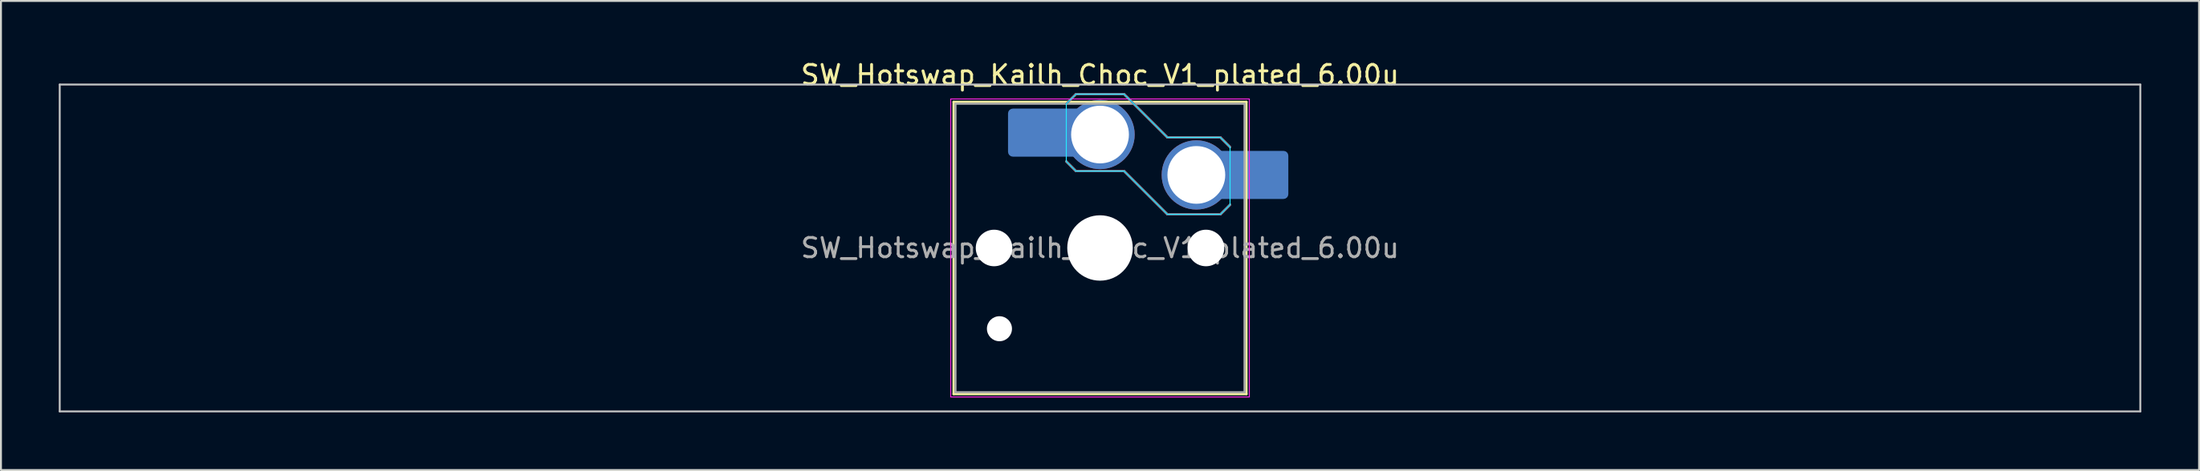
<source format=kicad_pcb>
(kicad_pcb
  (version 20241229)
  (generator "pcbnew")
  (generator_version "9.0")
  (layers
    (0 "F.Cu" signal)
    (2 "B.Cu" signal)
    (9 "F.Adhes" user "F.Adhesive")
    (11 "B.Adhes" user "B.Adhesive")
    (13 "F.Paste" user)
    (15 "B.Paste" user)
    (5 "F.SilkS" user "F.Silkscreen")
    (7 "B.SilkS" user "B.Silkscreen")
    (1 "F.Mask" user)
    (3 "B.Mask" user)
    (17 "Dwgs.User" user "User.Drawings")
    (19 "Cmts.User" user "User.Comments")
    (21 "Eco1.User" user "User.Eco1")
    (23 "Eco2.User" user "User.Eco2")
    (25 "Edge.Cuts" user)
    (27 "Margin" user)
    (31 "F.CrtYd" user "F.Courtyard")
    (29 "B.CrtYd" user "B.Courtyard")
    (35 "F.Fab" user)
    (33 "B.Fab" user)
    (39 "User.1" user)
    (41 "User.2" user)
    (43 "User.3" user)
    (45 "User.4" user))
  (footprint "SW_Hotswap_Kailh_Choc_V1_plated_6.00u"
    (layer "F.Cu")
    (at 54.05 9.848)
    (property "Reference" "SW_Hotswap_Kailh_Choc_V1_plated_6.00u" (at 0 -9 0) (layer "F.SilkS") (effects (font (size 1 1) (thickness 0.15))))
    (attr smd)
    (fp_line (start -7.6 -7.6) (end -7.6 7.6) (stroke (width 0.12) (type solid)) (layer "F.SilkS"))
    (fp_line (start -7.6 7.6) (end 7.6 7.6) (stroke (width 0.12) (type solid)) (layer "F.SilkS"))
    (fp_line (start 7.6 -7.6) (end -7.6 -7.6) (stroke (width 0.12) (type solid)) (layer "F.SilkS"))
    (fp_line (start 7.6 7.6) (end 7.6 -7.6) (stroke (width 0.12) (type solid)) (layer "F.SilkS"))
    (fp_line (start -1.75 -7.5) (end -1.25 -8) (stroke (width 0.12) (type solid)) (layer "B.SilkS"))
    (fp_line (start -1.25 -8) (end 1.25 -8) (stroke (width 0.12) (type solid)) (layer "B.SilkS"))
    (fp_line (start -1.25 -4) (end -1.75 -4.5) (stroke (width 0.12) (type solid)) (layer "B.SilkS"))
    (fp_line (start 1.25 -8) (end 3.5 -5.75) (stroke (width 0.12) (type solid)) (layer "B.SilkS"))
    (fp_line (start 1.25 -4) (end -1.25 -4) (stroke (width 0.12) (type solid)) (layer "B.SilkS"))
    (fp_line (start 3.5 -5.75) (end 6.25 -5.75) (stroke (width 0.12) (type solid)) (layer "B.SilkS"))
    (fp_line (start 3.5 -1.75) (end 1.25 -4) (stroke (width 0.12) (type solid)) (layer "B.SilkS"))
    (fp_line (start 6.25 -5.75) (end 6.75 -5.25) (stroke (width 0.12) (type solid)) (layer "B.SilkS"))
    (fp_line (start 6.25 -1.75) (end 3.5 -1.75) (stroke (width 0.12) (type solid)) (layer "B.SilkS"))
    (fp_line (start 6.75 -2.25) (end 6.25 -1.75) (stroke (width 0.12) (type solid)) (layer "B.SilkS"))
    (fp_line (start -54 -8.5) (end -54 8.5) (stroke (width 0.1) (type solid)) (layer "Dwgs.User"))
    (fp_line (start -54 8.5) (end 54 8.5) (stroke (width 0.1) (type solid)) (layer "Dwgs.User"))
    (fp_line (start 54 -8.5) (end -54 -8.5) (stroke (width 0.1) (type solid)) (layer "Dwgs.User"))
    (fp_line (start 54 8.5) (end 54 -8.5) (stroke (width 0.1) (type solid)) (layer "Dwgs.User"))
    (fp_line (start -7.25 -7.25) (end -7.25 7.25) (stroke (width 0.1) (type solid)) (layer "Eco1.User"))
    (fp_line (start -7.25 7.25) (end 7.25 7.25) (stroke (width 0.1) (type solid)) (layer "Eco1.User"))
    (fp_line (start 7.25 -7.25) (end -7.25 -7.25) (stroke (width 0.1) (type solid)) (layer "Eco1.User"))
    (fp_line (start 7.25 7.25) (end 7.25 -7.25) (stroke (width 0.1) (type solid)) (layer "Eco1.User"))
    (fp_line (start -1.75 -7.5) (end -1.25 -8) (stroke (width 0.05) (type solid)) (layer "B.CrtYd"))
    (fp_line (start -1.75 -4.5) (end -1.75 -7.5) (stroke (width 0.05) (type solid)) (layer "B.CrtYd"))
    (fp_line (start -1.25 -8) (end 1.25 -8) (stroke (width 0.05) (type solid)) (layer "B.CrtYd"))
    (fp_line (start -1.25 -4) (end -1.75 -4.5) (stroke (width 0.05) (type solid)) (layer "B.CrtYd"))
    (fp_line (start 1.25 -8) (end 3.5 -5.75) (stroke (width 0.05) (type solid)) (layer "B.CrtYd"))
    (fp_line (start 1.25 -4) (end -1.25 -4) (stroke (width 0.05) (type solid)) (layer "B.CrtYd"))
    (fp_line (start 3.5 -5.75) (end 6.25 -5.75) (stroke (width 0.05) (type solid)) (layer "B.CrtYd"))
    (fp_line (start 3.5 -1.75) (end 1.25 -4) (stroke (width 0.05) (type solid)) (layer "B.CrtYd"))
    (fp_line (start 6.25 -5.75) (end 6.75 -5.25) (stroke (width 0.05) (type solid)) (layer "B.CrtYd"))
    (fp_line (start 6.25 -1.75) (end 3.5 -1.75) (stroke (width 0.05) (type solid)) (layer "B.CrtYd"))
    (fp_line (start 6.75 -5.25) (end 6.75 -2.25) (stroke (width 0.05) (type solid)) (layer "B.CrtYd"))
    (fp_line (start 6.75 -2.25) (end 6.25 -1.75) (stroke (width 0.05) (type solid)) (layer "B.CrtYd"))
    (fp_line (start -7.75 -7.75) (end -7.75 7.75) (stroke (width 0.05) (type solid)) (layer "F.CrtYd"))
    (fp_line (start -7.75 7.75) (end 7.75 7.75) (stroke (width 0.05) (type solid)) (layer "F.CrtYd"))
    (fp_line (start 7.75 -7.75) (end -7.75 -7.75) (stroke (width 0.05) (type solid)) (layer "F.CrtYd"))
    (fp_line (start 7.75 7.75) (end 7.75 -7.75) (stroke (width 0.05) (type solid)) (layer "F.CrtYd"))
    (fp_line (start -1.75 -7.5) (end -1.25 -8) (stroke (width 0.1) (type solid)) (layer "B.Fab"))
    (fp_line (start -1.25 -8) (end 1.25 -8) (stroke (width 0.1) (type solid)) (layer "B.Fab"))
    (fp_line (start -1.25 -4) (end -1.75 -4.5) (stroke (width 0.1) (type solid)) (layer "B.Fab"))
    (fp_line (start 1.25 -8) (end 3.5 -5.75) (stroke (width 0.1) (type solid)) (layer "B.Fab"))
    (fp_line (start 1.25 -4) (end -1.25 -4) (stroke (width 0.1) (type solid)) (layer "B.Fab"))
    (fp_line (start 3.5 -5.75) (end 6.25 -5.75) (stroke (width 0.1) (type solid)) (layer "B.Fab"))
    (fp_line (start 3.5 -1.75) (end 1.25 -4) (stroke (width 0.1) (type solid)) (layer "B.Fab"))
    (fp_line (start 6.25 -5.75) (end 6.75 -5.25) (stroke (width 0.1) (type solid)) (layer "B.Fab"))
    (fp_line (start 6.25 -1.75) (end 3.5 -1.75) (stroke (width 0.1) (type solid)) (layer "B.Fab"))
    (fp_line (start 6.75 -2.25) (end 6.25 -1.75) (stroke (width 0.1) (type solid)) (layer "B.Fab"))
    (fp_line (start -7.5 -7.5) (end -7.5 7.5) (stroke (width 0.1) (type solid)) (layer "F.Fab"))
    (fp_line (start -7.5 7.5) (end 7.5 7.5) (stroke (width 0.1) (type solid)) (layer "F.Fab"))
    (fp_line (start 7.5 -7.5) (end -7.5 -7.5) (stroke (width 0.1) (type solid)) (layer "F.Fab"))
    (fp_line (start 7.5 7.5) (end 7.5 -7.5) (stroke (width 0.1) (type solid)) (layer "F.Fab"))
    (fp_text user "${REFERENCE}" (at 0 0 0) (layer "F.Fab") (effects (font (size 1 1) (thickness 0.15))))
    (pad "" np_thru_hole circle (at -5.5 0) (size 1.9 1.9) (drill 1.9) (layers "*.Cu" "*.Mask"))
    (pad "" np_thru_hole circle (at -5.22 4.2) (size 1.3 1.3) (drill 1.3) (layers "*.Cu" "*.Mask"))
    (pad "" smd roundrect (at -3.5 -6) (size 2.55 2.5) (layers "B.Mask" "B.Paste") (roundrect_rratio 0.1))
    (pad "" np_thru_hole circle (at 0 0) (size 3.4 3.4) (drill 3.4) (layers "*.Cu" "*.Mask"))
    (pad "" np_thru_hole circle (at 5.5 0) (size 1.9 1.9) (drill 1.9) (layers "*.Cu" "*.Mask"))
    (pad "" smd roundrect (at 8.5 -3.8) (size 2.55 2.5) (layers "B.Mask" "B.Paste") (roundrect_rratio 0.1))
    (pad "1" smd roundrect (at -2.85 -6) (size 3.85 2.5) (layers "B.Cu") (roundrect_rratio 0.1))
    (pad "1" thru_hole circle (at 0 -5.9) (size 3.6 3.6) (drill 3) (layers "*.Cu" "B.Mask"))
    (pad "2" thru_hole circle (at 5 -3.8) (size 3.6 3.6) (drill 3) (layers "*.Cu" "B.Mask"))
    (pad "2" smd roundrect (at 7.85 -3.8) (size 3.85 2.5) (layers "B.Cu") (roundrect_rratio 0.1)))
  (gr_rect
    (start -3 -3)
    (end 111.1 21.398)
    (stroke (width 0.1) (type default))
    (fill no)
    (layer "Edge.Cuts")))
</source>
